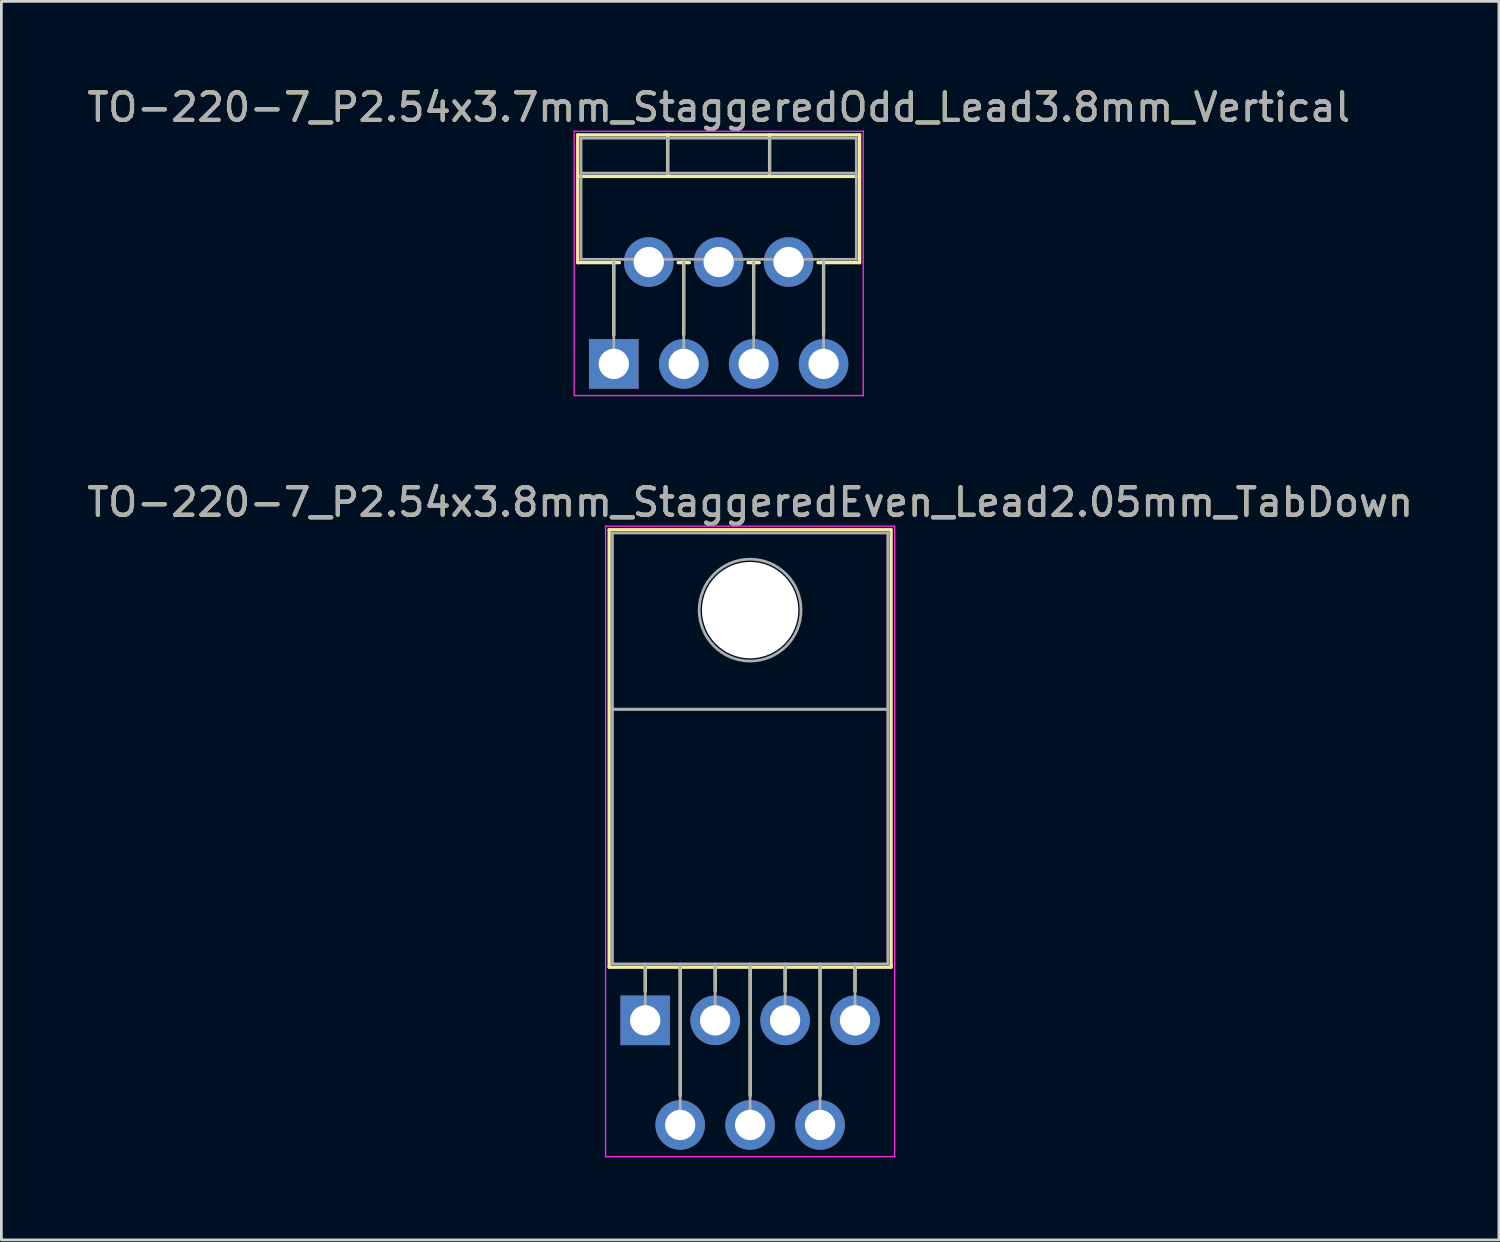
<source format=kicad_pcb>
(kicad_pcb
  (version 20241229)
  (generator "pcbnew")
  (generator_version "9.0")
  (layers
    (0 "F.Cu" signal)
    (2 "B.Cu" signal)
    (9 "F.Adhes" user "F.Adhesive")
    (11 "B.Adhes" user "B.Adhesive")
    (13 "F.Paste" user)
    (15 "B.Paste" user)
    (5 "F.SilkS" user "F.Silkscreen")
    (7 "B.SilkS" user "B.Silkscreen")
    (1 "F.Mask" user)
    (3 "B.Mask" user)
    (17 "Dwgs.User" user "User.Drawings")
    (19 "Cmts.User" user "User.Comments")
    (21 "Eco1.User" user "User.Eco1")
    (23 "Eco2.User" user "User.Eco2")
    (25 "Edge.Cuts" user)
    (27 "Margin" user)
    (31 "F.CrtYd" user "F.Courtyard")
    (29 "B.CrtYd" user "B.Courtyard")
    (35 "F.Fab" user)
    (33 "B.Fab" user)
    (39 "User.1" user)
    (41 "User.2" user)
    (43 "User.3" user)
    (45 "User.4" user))
  (footprint "TO-220-7_P2.54x3.8mm_StaggeredEven_Lead2.05mm_TabDown"
    (layer "F.Cu")
    (at 20.386 34.011)
    (property "Reference" "TO-220-7_P2.54x3.8mm_StaggeredEven_Lead2.05mm_TabDown" (at 3.81 -18.82 0) (layer "F.SilkS") (effects (font (size 1 1) (thickness 0.15))))
    (attr through_hole)
    (fp_line (start -1.31 -17.82) (end -1.31 -1.93) (stroke (width 0.12) (type solid)) (layer "F.SilkS"))
    (fp_line (start -1.31 -17.82) (end 8.93 -17.82) (stroke (width 0.12) (type solid)) (layer "F.SilkS"))
    (fp_line (start -1.31 -1.93) (end 8.93 -1.93) (stroke (width 0.12) (type solid)) (layer "F.SilkS"))
    (fp_line (start 0 -1.93) (end 0 -1.05) (stroke (width 0.12) (type solid)) (layer "F.SilkS"))
    (fp_line (start 1.27 -1.93) (end 1.27 2.735) (stroke (width 0.12) (type solid)) (layer "F.SilkS"))
    (fp_line (start 2.54 -1.93) (end 2.54 -1.066) (stroke (width 0.12) (type solid)) (layer "F.SilkS"))
    (fp_line (start 3.81 -1.93) (end 3.81 2.735) (stroke (width 0.12) (type solid)) (layer "F.SilkS"))
    (fp_line (start 5.08 -1.93) (end 5.08 -1.066) (stroke (width 0.12) (type solid)) (layer "F.SilkS"))
    (fp_line (start 6.35 -1.93) (end 6.35 2.735) (stroke (width 0.12) (type solid)) (layer "F.SilkS"))
    (fp_line (start 7.62 -1.93) (end 7.62 -1.066) (stroke (width 0.12) (type solid)) (layer "F.SilkS"))
    (fp_line (start 8.93 -17.82) (end 8.93 -1.93) (stroke (width 0.12) (type solid)) (layer "F.SilkS"))
    (fp_line (start -1.44 -17.95) (end -1.44 4.95) (stroke (width 0.05) (type solid)) (layer "F.CrtYd"))
    (fp_line (start -1.44 4.95) (end 9.06 4.95) (stroke (width 0.05) (type solid)) (layer "F.CrtYd"))
    (fp_line (start 9.06 -17.95) (end -1.44 -17.95) (stroke (width 0.05) (type solid)) (layer "F.CrtYd"))
    (fp_line (start 9.06 4.95) (end 9.06 -17.95) (stroke (width 0.05) (type solid)) (layer "F.CrtYd"))
    (fp_line (start -1.19 -17.7) (end 8.81 -17.7) (stroke (width 0.1) (type solid)) (layer "F.Fab"))
    (fp_line (start -1.19 -11.3) (end -1.19 -17.7) (stroke (width 0.1) (type solid)) (layer "F.Fab"))
    (fp_line (start -1.19 -11.3) (end 8.81 -11.3) (stroke (width 0.1) (type solid)) (layer "F.Fab"))
    (fp_line (start -1.19 -2.05) (end -1.19 -11.3) (stroke (width 0.1) (type solid)) (layer "F.Fab"))
    (fp_line (start 0 -2.05) (end 0 0) (stroke (width 0.1) (type solid)) (layer "F.Fab"))
    (fp_line (start 1.27 -2.05) (end 1.27 3.8) (stroke (width 0.1) (type solid)) (layer "F.Fab"))
    (fp_line (start 2.54 -2.05) (end 2.54 0) (stroke (width 0.1) (type solid)) (layer "F.Fab"))
    (fp_line (start 3.81 -2.05) (end 3.81 3.8) (stroke (width 0.1) (type solid)) (layer "F.Fab"))
    (fp_line (start 5.08 -2.05) (end 5.08 0) (stroke (width 0.1) (type solid)) (layer "F.Fab"))
    (fp_line (start 6.35 -2.05) (end 6.35 3.8) (stroke (width 0.1) (type solid)) (layer "F.Fab"))
    (fp_line (start 7.62 -2.05) (end 7.62 0) (stroke (width 0.1) (type solid)) (layer "F.Fab"))
    (fp_line (start 8.81 -17.7) (end 8.81 -11.3) (stroke (width 0.1) (type solid)) (layer "F.Fab"))
    (fp_line (start 8.81 -11.3) (end -1.19 -11.3) (stroke (width 0.1) (type solid)) (layer "F.Fab"))
    (fp_line (start 8.81 -11.3) (end 8.81 -2.05) (stroke (width 0.1) (type solid)) (layer "F.Fab"))
    (fp_line (start 8.81 -2.05) (end -1.19 -2.05) (stroke (width 0.1) (type solid)) (layer "F.Fab"))
    (fp_circle (center 3.81 -14.9) (end 5.66 -14.9) (stroke (width 0.1) (type solid)) (fill no) (layer "F.Fab"))
    (fp_text user "${REFERENCE}" (at 3.81 -18.82 0) (layer "F.Fab") (effects (font (size 1 1) (thickness 0.15))))
    (pad "" np_thru_hole oval (at 3.81 -14.9) (size 3.5 3.5) (drill 3.5) (layers "*.Cu" "*.Mask"))
    (pad "1" thru_hole rect (at 0 0) (size 1.8 1.8) (drill 1.1) (layers "*.Cu" "*.Mask"))
    (pad "2" thru_hole oval (at 1.27 3.8) (size 1.8 1.8) (drill 1.1) (layers "*.Cu" "*.Mask"))
    (pad "3" thru_hole oval (at 2.54 0) (size 1.8 1.8) (drill 1.1) (layers "*.Cu" "*.Mask"))
    (pad "4" thru_hole oval (at 3.81 3.8) (size 1.8 1.8) (drill 1.1) (layers "*.Cu" "*.Mask"))
    (pad "5" thru_hole oval (at 5.08 0) (size 1.8 1.8) (drill 1.1) (layers "*.Cu" "*.Mask"))
    (pad "6" thru_hole oval (at 6.35 3.8) (size 1.8 1.8) (drill 1.1) (layers "*.Cu" "*.Mask"))
    (pad "7" thru_hole oval (at 7.62 0) (size 1.8 1.8) (drill 1.1) (layers "*.Cu" "*.Mask")))
  (footprint "TO-220-7_P2.54x3.7mm_StaggeredOdd_Lead3.8mm_Vertical"
    (layer "F.Cu")
    (at 19.244 10.168)
    (property "Reference" "TO-220-7_P2.54x3.7mm_StaggeredOdd_Lead3.8mm_Vertical" (at 3.81 -9.32 0) (layer "F.SilkS") (effects (font (size 1 1) (thickness 0.15))))
    (attr through_hole)
    (fp_line (start -1.31 -8.32) (end -1.31 -3.679) (stroke (width 0.12) (type solid)) (layer "F.SilkS"))
    (fp_line (start -1.31 -8.32) (end 8.93 -8.32) (stroke (width 0.12) (type solid)) (layer "F.SilkS"))
    (fp_line (start -1.31 -6.811) (end 8.93 -6.811) (stroke (width 0.12) (type solid)) (layer "F.SilkS"))
    (fp_line (start -1.31 -3.679) (end 0.205 -3.679) (stroke (width 0.12) (type solid)) (layer "F.SilkS"))
    (fp_line (start 0 -3.679) (end 0 -1.049) (stroke (width 0.12) (type solid)) (layer "F.SilkS"))
    (fp_line (start 1.96 -8.32) (end 1.96 -6.811) (stroke (width 0.12) (type solid)) (layer "F.SilkS"))
    (fp_line (start 2.336 -3.679) (end 2.745 -3.679) (stroke (width 0.12) (type solid)) (layer "F.SilkS"))
    (fp_line (start 2.54 -3.679) (end 2.54 -1.065) (stroke (width 0.12) (type solid)) (layer "F.SilkS"))
    (fp_line (start 4.875 -3.679) (end 5.285 -3.679) (stroke (width 0.12) (type solid)) (layer "F.SilkS"))
    (fp_line (start 5.08 -3.679) (end 5.08 -1.065) (stroke (width 0.12) (type solid)) (layer "F.SilkS"))
    (fp_line (start 5.66 -8.32) (end 5.66 -6.811) (stroke (width 0.12) (type solid)) (layer "F.SilkS"))
    (fp_line (start 7.415 -3.679) (end 8.93 -3.679) (stroke (width 0.12) (type solid)) (layer "F.SilkS"))
    (fp_line (start 7.62 -3.679) (end 7.62 -1.065) (stroke (width 0.12) (type solid)) (layer "F.SilkS"))
    (fp_line (start 8.93 -8.32) (end 8.93 -3.679) (stroke (width 0.12) (type solid)) (layer "F.SilkS"))
    (fp_line (start -1.44 -8.45) (end -1.44 1.15) (stroke (width 0.05) (type solid)) (layer "F.CrtYd"))
    (fp_line (start -1.44 1.15) (end 9.06 1.15) (stroke (width 0.05) (type solid)) (layer "F.CrtYd"))
    (fp_line (start 9.06 -8.45) (end -1.44 -8.45) (stroke (width 0.05) (type solid)) (layer "F.CrtYd"))
    (fp_line (start 9.06 1.15) (end 9.06 -8.45) (stroke (width 0.05) (type solid)) (layer "F.CrtYd"))
    (fp_line (start -1.19 -8.2) (end -1.19 -3.8) (stroke (width 0.1) (type solid)) (layer "F.Fab"))
    (fp_line (start -1.19 -6.93) (end 8.81 -6.93) (stroke (width 0.1) (type solid)) (layer "F.Fab"))
    (fp_line (start -1.19 -3.8) (end 8.81 -3.8) (stroke (width 0.1) (type solid)) (layer "F.Fab"))
    (fp_line (start 0 -3.8) (end 0 0) (stroke (width 0.1) (type solid)) (layer "F.Fab"))
    (fp_line (start 1.27 -3.8) (end 1.27 -3.7) (stroke (width 0.1) (type solid)) (layer "F.Fab"))
    (fp_line (start 1.96 -8.2) (end 1.96 -6.93) (stroke (width 0.1) (type solid)) (layer "F.Fab"))
    (fp_line (start 2.54 -3.8) (end 2.54 0) (stroke (width 0.1) (type solid)) (layer "F.Fab"))
    (fp_line (start 3.81 -3.8) (end 3.81 -3.7) (stroke (width 0.1) (type solid)) (layer "F.Fab"))
    (fp_line (start 5.08 -3.8) (end 5.08 0) (stroke (width 0.1) (type solid)) (layer "F.Fab"))
    (fp_line (start 5.66 -8.2) (end 5.66 -6.93) (stroke (width 0.1) (type solid)) (layer "F.Fab"))
    (fp_line (start 6.35 -3.8) (end 6.35 -3.7) (stroke (width 0.1) (type solid)) (layer "F.Fab"))
    (fp_line (start 7.62 -3.8) (end 7.62 0) (stroke (width 0.1) (type solid)) (layer "F.Fab"))
    (fp_line (start 8.81 -8.2) (end -1.19 -8.2) (stroke (width 0.1) (type solid)) (layer "F.Fab"))
    (fp_line (start 8.81 -3.8) (end 8.81 -8.2) (stroke (width 0.1) (type solid)) (layer "F.Fab"))
    (fp_text user "${REFERENCE}" (at 3.81 -9.32 0) (layer "F.Fab") (effects (font (size 1 1) (thickness 0.15))))
    (pad "1" thru_hole rect (at 0 0) (size 1.8 1.8) (drill 1.1) (layers "*.Cu" "*.Mask"))
    (pad "2" thru_hole oval (at 1.27 -3.7) (size 1.8 1.8) (drill 1.1) (layers "*.Cu" "*.Mask"))
    (pad "3" thru_hole oval (at 2.54 0) (size 1.8 1.8) (drill 1.1) (layers "*.Cu" "*.Mask"))
    (pad "4" thru_hole oval (at 3.81 -3.7) (size 1.8 1.8) (drill 1.1) (layers "*.Cu" "*.Mask"))
    (pad "5" thru_hole oval (at 5.08 0) (size 1.8 1.8) (drill 1.1) (layers "*.Cu" "*.Mask"))
    (pad "6" thru_hole oval (at 6.35 -3.7) (size 1.8 1.8) (drill 1.1) (layers "*.Cu" "*.Mask"))
    (pad "7" thru_hole oval (at 7.62 0) (size 1.8 1.8) (drill 1.1) (layers "*.Cu" "*.Mask")))
  (gr_rect
    (start -3 -3)
    (end 51.393 41.986)
    (stroke (width 0.1) (type default))
    (fill no)
    (layer "Edge.Cuts")))
</source>
